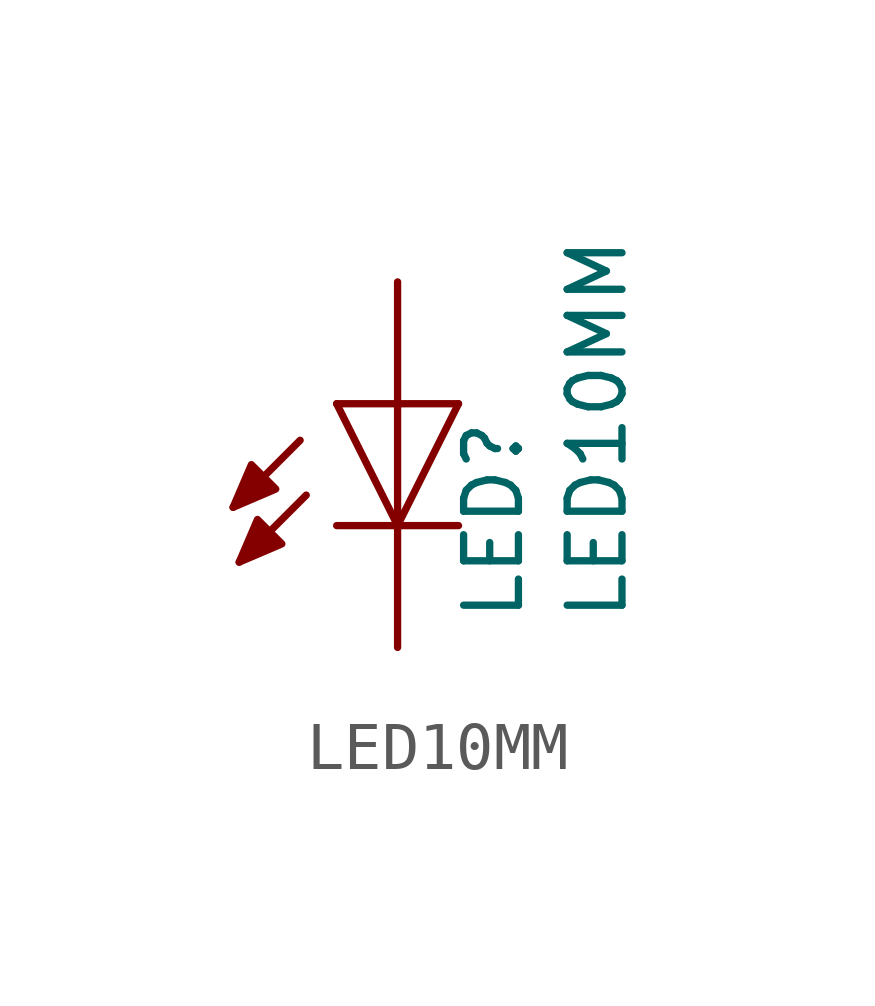
<source format=kicad_sym>
(kicad_symbol_lib
  (version 20211014)
  (generator kicad_symbol_editor)
  (symbol "LED10MM"
    (pin_numbers hide)
    (pin_names
      (offset 1.016) hide)
    (property "Reference" "LED"
      (at 2.667 -4.572 90)
      (effects (font (size 1.143 1.143)) (justify left bottom)))
    (property "Value" "LED10MM"
      (at 4.826 -4.572 90)
      (effects (font (size 1.143 1.143)) (justify left bottom)))
    (property "ki_locked" ""
      (at 0 0 0)
      (effects (font (size 1.27 1.27))))
    (symbol "LED10MM_1_0"
      (polyline (pts (xy -2.032 -0.762) (xy -3.429 -2.159)) (stroke (width 0) (type default) (color 0 0 0 0)) (fill (type none)))
      (polyline (pts (xy -1.905 -1.905) (xy -3.302 -3.302)) (stroke (width 0) (type default) (color 0 0 0 0)) (fill (type none)))
      (polyline (pts (xy 0 -2.54) (xy -1.27 -2.54)) (stroke (width 0) (type default) (color 0 0 0 0)) (fill (type none)))
      (polyline (pts (xy 0 -2.54) (xy -1.27 0)) (stroke (width 0) (type default) (color 0 0 0 0)) (fill (type none)))
      (polyline (pts (xy 0 0) (xy -1.27 0)) (stroke (width 0) (type default) (color 0 0 0 0)) (fill (type none)))
      (polyline (pts (xy 0 0) (xy 0 -2.54)) (stroke (width 0) (type default) (color 0 0 0 0)) (fill (type none)))
      (polyline (pts (xy 1.27 -2.54) (xy 0 -2.54)) (stroke (width 0) (type default) (color 0 0 0 0)) (fill (type none)))
      (polyline (pts (xy 1.27 0) (xy 0 -2.54)) (stroke (width 0) (type default) (color 0 0 0 0)) (fill (type none)))
      (polyline (pts (xy 1.27 0) (xy 0 0)) (stroke (width 0) (type default) (color 0 0 0 0)) (fill (type none))))
    (symbol "LED10MM_1_1"
      (polyline (pts (xy -3.429 -2.159) (xy -3.048 -1.27) (xy -3.048 -1.27) (xy -2.54 -1.778) (xy -2.54 -1.778) (xy -3.429 -2.159)) (stroke (width 0) (type default) (color 0 0 0 0)) (fill (type outline)))
      (polyline (pts (xy -3.302 -3.302) (xy -2.921 -2.413) (xy -2.921 -2.413) (xy -2.413 -2.921) (xy -2.413 -2.921) (xy -3.302 -3.302)) (stroke (width 0) (type default) (color 0 0 0 0)) (fill (type outline)))
      (pin passive line (at 0 2.54 270) (length 2.54) (name "A" (effects (font (size 1.016 1.016)))) (number "A" (effects (font (size 1.016 1.016)))))
      (pin passive line (at 0 -5.08 90) (length 2.54) (name "C" (effects (font (size 1.016 1.016)))) (number "C" (effects (font (size 1.016 1.016))))))))
</source>
